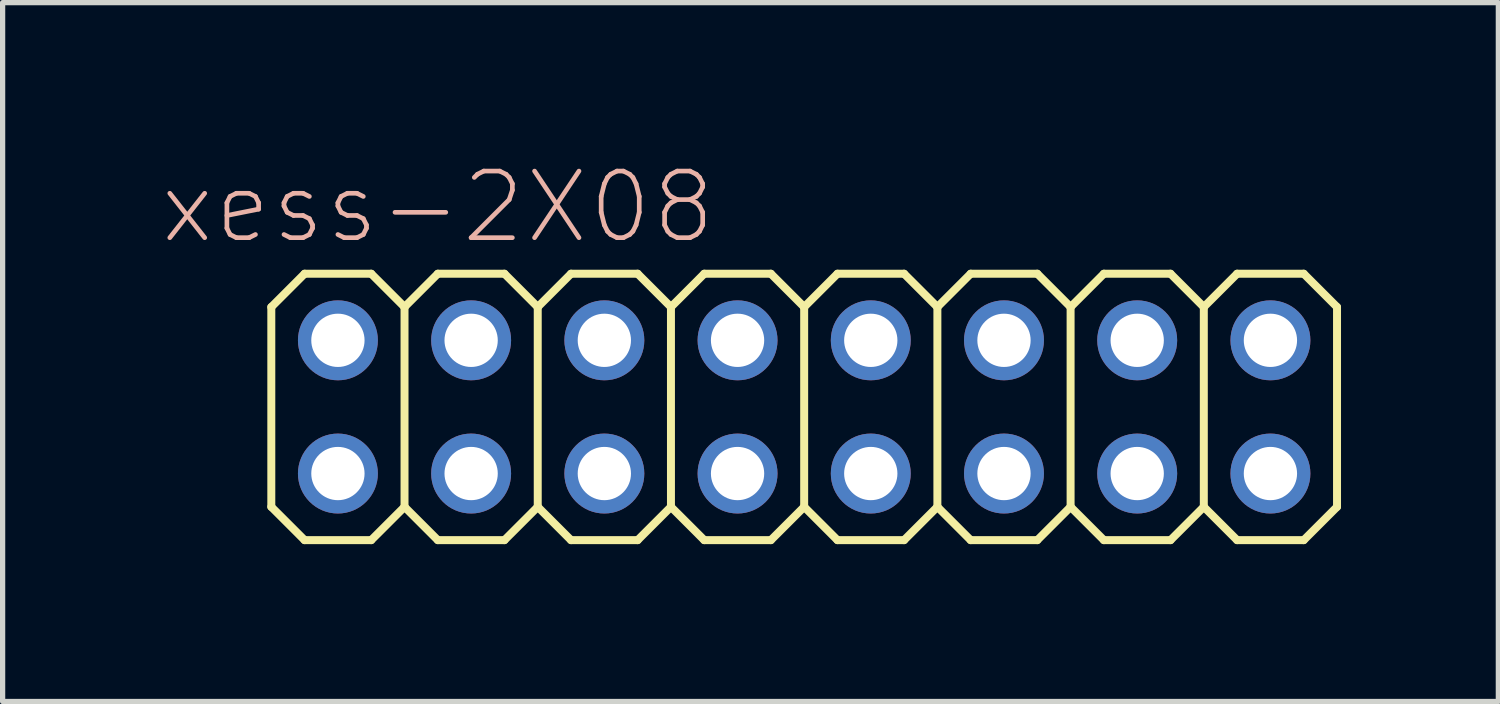
<source format=kicad_pcb>
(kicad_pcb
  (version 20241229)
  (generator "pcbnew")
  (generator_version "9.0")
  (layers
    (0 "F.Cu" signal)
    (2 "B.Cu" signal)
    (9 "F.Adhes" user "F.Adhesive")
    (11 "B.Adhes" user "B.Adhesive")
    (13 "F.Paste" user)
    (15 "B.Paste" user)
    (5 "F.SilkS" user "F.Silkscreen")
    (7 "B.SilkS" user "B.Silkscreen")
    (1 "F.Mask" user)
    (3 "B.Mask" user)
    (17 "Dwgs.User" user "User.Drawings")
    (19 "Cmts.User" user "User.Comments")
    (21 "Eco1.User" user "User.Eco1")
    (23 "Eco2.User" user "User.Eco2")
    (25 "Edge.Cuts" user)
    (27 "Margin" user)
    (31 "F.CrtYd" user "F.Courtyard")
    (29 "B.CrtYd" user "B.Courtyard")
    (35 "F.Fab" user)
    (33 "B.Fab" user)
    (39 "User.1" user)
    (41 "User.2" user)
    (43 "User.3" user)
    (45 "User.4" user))
  (footprint "xess-2X08"
    (layer "F.Cu")
    (at 12.283 4.709)
    (property "Reference" "xess-2X08" (at -6.985 -3.81 0) (layer "B.SilkS") (effects (font (size 1.27 1.27) (thickness 0.089))))
    (attr exclude_from_pos_files exclude_from_bom)
    (fp_line (start -10.16 -1.905) (end -9.525 -2.54) (stroke (width 0.152) (type solid)) (layer "F.SilkS"))
    (fp_line (start -10.16 1.905) (end -10.16 -1.905) (stroke (width 0.152) (type solid)) (layer "F.SilkS"))
    (fp_line (start -10.16 1.905) (end -9.525 2.54) (stroke (width 0.152) (type solid)) (layer "F.SilkS"))
    (fp_line (start -9.525 -2.54) (end -8.255 -2.54) (stroke (width 0.152) (type solid)) (layer "F.SilkS"))
    (fp_line (start -9.525 2.54) (end -8.255 2.54) (stroke (width 0.152) (type solid)) (layer "F.SilkS"))
    (fp_line (start -8.255 -2.54) (end -7.62 -1.905) (stroke (width 0.152) (type solid)) (layer "F.SilkS"))
    (fp_line (start -8.255 2.54) (end -7.62 1.905) (stroke (width 0.152) (type solid)) (layer "F.SilkS"))
    (fp_line (start -7.62 -1.905) (end -7.62 1.905) (stroke (width 0.152) (type solid)) (layer "F.SilkS"))
    (fp_line (start -7.62 -1.905) (end -6.985 -2.54) (stroke (width 0.152) (type solid)) (layer "F.SilkS"))
    (fp_line (start -7.62 1.905) (end -6.985 2.54) (stroke (width 0.152) (type solid)) (layer "F.SilkS"))
    (fp_line (start -6.985 -2.54) (end -5.715 -2.54) (stroke (width 0.152) (type solid)) (layer "F.SilkS"))
    (fp_line (start -6.985 2.54) (end -5.715 2.54) (stroke (width 0.152) (type solid)) (layer "F.SilkS"))
    (fp_line (start -5.715 -2.54) (end -5.08 -1.905) (stroke (width 0.152) (type solid)) (layer "F.SilkS"))
    (fp_line (start -5.715 2.54) (end -5.08 1.905) (stroke (width 0.152) (type solid)) (layer "F.SilkS"))
    (fp_line (start -5.08 -1.905) (end -5.08 1.905) (stroke (width 0.152) (type solid)) (layer "F.SilkS"))
    (fp_line (start -5.08 -1.905) (end -4.445 -2.54) (stroke (width 0.152) (type solid)) (layer "F.SilkS"))
    (fp_line (start -5.08 1.905) (end -4.445 2.54) (stroke (width 0.152) (type solid)) (layer "F.SilkS"))
    (fp_line (start -4.445 -2.54) (end -3.175 -2.54) (stroke (width 0.152) (type solid)) (layer "F.SilkS"))
    (fp_line (start -4.445 2.54) (end -3.175 2.54) (stroke (width 0.152) (type solid)) (layer "F.SilkS"))
    (fp_line (start -3.175 -2.54) (end -2.54 -1.905) (stroke (width 0.152) (type solid)) (layer "F.SilkS"))
    (fp_line (start -3.175 2.54) (end -2.54 1.905) (stroke (width 0.152) (type solid)) (layer "F.SilkS"))
    (fp_line (start -2.54 -1.905) (end -2.54 1.905) (stroke (width 0.152) (type solid)) (layer "F.SilkS"))
    (fp_line (start -2.54 -1.905) (end -1.905 -2.54) (stroke (width 0.152) (type solid)) (layer "F.SilkS"))
    (fp_line (start -2.54 1.905) (end -1.905 2.54) (stroke (width 0.152) (type solid)) (layer "F.SilkS"))
    (fp_line (start -1.905 -2.54) (end -0.635 -2.54) (stroke (width 0.152) (type solid)) (layer "F.SilkS"))
    (fp_line (start -1.905 2.54) (end -0.635 2.54) (stroke (width 0.152) (type solid)) (layer "F.SilkS"))
    (fp_line (start -0.635 -2.54) (end 0 -1.905) (stroke (width 0.152) (type solid)) (layer "F.SilkS"))
    (fp_line (start -0.635 2.54) (end 0 1.905) (stroke (width 0.152) (type solid)) (layer "F.SilkS"))
    (fp_line (start 0 -1.905) (end 0 1.905) (stroke (width 0.152) (type solid)) (layer "F.SilkS"))
    (fp_line (start 0 -1.905) (end 0.635 -2.54) (stroke (width 0.152) (type solid)) (layer "F.SilkS"))
    (fp_line (start 0 1.905) (end 0.635 2.54) (stroke (width 0.152) (type solid)) (layer "F.SilkS"))
    (fp_line (start 0.635 -2.54) (end 1.905 -2.54) (stroke (width 0.152) (type solid)) (layer "F.SilkS"))
    (fp_line (start 0.635 2.54) (end 1.905 2.54) (stroke (width 0.152) (type solid)) (layer "F.SilkS"))
    (fp_line (start 1.905 -2.54) (end 2.54 -1.905) (stroke (width 0.152) (type solid)) (layer "F.SilkS"))
    (fp_line (start 1.905 2.54) (end 2.54 1.905) (stroke (width 0.152) (type solid)) (layer "F.SilkS"))
    (fp_line (start 2.54 -1.905) (end 2.54 1.905) (stroke (width 0.152) (type solid)) (layer "F.SilkS"))
    (fp_line (start 2.54 -1.905) (end 3.175 -2.54) (stroke (width 0.152) (type solid)) (layer "F.SilkS"))
    (fp_line (start 2.54 1.905) (end 3.175 2.54) (stroke (width 0.152) (type solid)) (layer "F.SilkS"))
    (fp_line (start 3.175 -2.54) (end 4.445 -2.54) (stroke (width 0.152) (type solid)) (layer "F.SilkS"))
    (fp_line (start 3.175 2.54) (end 4.445 2.54) (stroke (width 0.152) (type solid)) (layer "F.SilkS"))
    (fp_line (start 4.445 -2.54) (end 5.08 -1.905) (stroke (width 0.152) (type solid)) (layer "F.SilkS"))
    (fp_line (start 4.445 2.54) (end 5.08 1.905) (stroke (width 0.152) (type solid)) (layer "F.SilkS"))
    (fp_line (start 5.08 -1.905) (end 5.08 1.905) (stroke (width 0.152) (type solid)) (layer "F.SilkS"))
    (fp_line (start 5.08 -1.905) (end 5.715 -2.54) (stroke (width 0.152) (type solid)) (layer "F.SilkS"))
    (fp_line (start 5.08 1.905) (end 5.715 2.54) (stroke (width 0.152) (type solid)) (layer "F.SilkS"))
    (fp_line (start 5.715 -2.54) (end 6.985 -2.54) (stroke (width 0.152) (type solid)) (layer "F.SilkS"))
    (fp_line (start 5.715 2.54) (end 6.985 2.54) (stroke (width 0.152) (type solid)) (layer "F.SilkS"))
    (fp_line (start 6.985 -2.54) (end 7.62 -1.905) (stroke (width 0.152) (type solid)) (layer "F.SilkS"))
    (fp_line (start 7.62 -1.905) (end 7.62 1.905) (stroke (width 0.152) (type solid)) (layer "F.SilkS"))
    (fp_line (start 7.62 -1.905) (end 8.255 -2.54) (stroke (width 0.152) (type solid)) (layer "F.SilkS"))
    (fp_line (start 7.62 1.905) (end 6.985 2.54) (stroke (width 0.152) (type solid)) (layer "F.SilkS"))
    (fp_line (start 7.62 1.905) (end 8.255 2.54) (stroke (width 0.152) (type solid)) (layer "F.SilkS"))
    (fp_line (start 8.255 -2.54) (end 9.525 -2.54) (stroke (width 0.152) (type solid)) (layer "F.SilkS"))
    (fp_line (start 8.255 2.54) (end 9.525 2.54) (stroke (width 0.152) (type solid)) (layer "F.SilkS"))
    (fp_line (start 9.525 -2.54) (end 10.16 -1.905) (stroke (width 0.152) (type solid)) (layer "F.SilkS"))
    (fp_line (start 10.16 -1.905) (end 10.16 1.905) (stroke (width 0.152) (type solid)) (layer "F.SilkS"))
    (fp_line (start 10.16 1.905) (end 9.525 2.54) (stroke (width 0.152) (type solid)) (layer "F.SilkS"))
    (fp_line (start -9.144 -1.524) (end -8.636 -1.524) (stroke (width 0.066) (type solid)) (layer "Dwgs.User"))
    (fp_line (start -9.144 -1.016) (end -9.144 -1.524) (stroke (width 0.066) (type solid)) (layer "Dwgs.User"))
    (fp_line (start -9.144 -1.016) (end -8.636 -1.016) (stroke (width 0.066) (type solid)) (layer "Dwgs.User"))
    (fp_line (start -9.144 1.016) (end -8.636 1.016) (stroke (width 0.066) (type solid)) (layer "Dwgs.User"))
    (fp_line (start -9.144 1.524) (end -9.144 1.016) (stroke (width 0.066) (type solid)) (layer "Dwgs.User"))
    (fp_line (start -9.144 1.524) (end -8.636 1.524) (stroke (width 0.066) (type solid)) (layer "Dwgs.User"))
    (fp_line (start -8.636 -1.016) (end -8.636 -1.524) (stroke (width 0.066) (type solid)) (layer "Dwgs.User"))
    (fp_line (start -8.636 1.524) (end -8.636 1.016) (stroke (width 0.066) (type solid)) (layer "Dwgs.User"))
    (fp_line (start -6.604 -1.524) (end -6.096 -1.524) (stroke (width 0.066) (type solid)) (layer "Dwgs.User"))
    (fp_line (start -6.604 -1.016) (end -6.604 -1.524) (stroke (width 0.066) (type solid)) (layer "Dwgs.User"))
    (fp_line (start -6.604 -1.016) (end -6.096 -1.016) (stroke (width 0.066) (type solid)) (layer "Dwgs.User"))
    (fp_line (start -6.604 1.016) (end -6.096 1.016) (stroke (width 0.066) (type solid)) (layer "Dwgs.User"))
    (fp_line (start -6.604 1.524) (end -6.604 1.016) (stroke (width 0.066) (type solid)) (layer "Dwgs.User"))
    (fp_line (start -6.604 1.524) (end -6.096 1.524) (stroke (width 0.066) (type solid)) (layer "Dwgs.User"))
    (fp_line (start -6.096 -1.016) (end -6.096 -1.524) (stroke (width 0.066) (type solid)) (layer "Dwgs.User"))
    (fp_line (start -6.096 1.524) (end -6.096 1.016) (stroke (width 0.066) (type solid)) (layer "Dwgs.User"))
    (fp_line (start -4.064 -1.524) (end -3.556 -1.524) (stroke (width 0.066) (type solid)) (layer "Dwgs.User"))
    (fp_line (start -4.064 -1.016) (end -4.064 -1.524) (stroke (width 0.066) (type solid)) (layer "Dwgs.User"))
    (fp_line (start -4.064 -1.016) (end -3.556 -1.016) (stroke (width 0.066) (type solid)) (layer "Dwgs.User"))
    (fp_line (start -4.064 1.016) (end -3.556 1.016) (stroke (width 0.066) (type solid)) (layer "Dwgs.User"))
    (fp_line (start -4.064 1.524) (end -4.064 1.016) (stroke (width 0.066) (type solid)) (layer "Dwgs.User"))
    (fp_line (start -4.064 1.524) (end -3.556 1.524) (stroke (width 0.066) (type solid)) (layer "Dwgs.User"))
    (fp_line (start -3.556 -1.016) (end -3.556 -1.524) (stroke (width 0.066) (type solid)) (layer "Dwgs.User"))
    (fp_line (start -3.556 1.524) (end -3.556 1.016) (stroke (width 0.066) (type solid)) (layer "Dwgs.User"))
    (fp_line (start -1.524 -1.524) (end -1.016 -1.524) (stroke (width 0.066) (type solid)) (layer "Dwgs.User"))
    (fp_line (start -1.524 -1.016) (end -1.524 -1.524) (stroke (width 0.066) (type solid)) (layer "Dwgs.User"))
    (fp_line (start -1.524 -1.016) (end -1.016 -1.016) (stroke (width 0.066) (type solid)) (layer "Dwgs.User"))
    (fp_line (start -1.524 1.016) (end -1.016 1.016) (stroke (width 0.066) (type solid)) (layer "Dwgs.User"))
    (fp_line (start -1.524 1.524) (end -1.524 1.016) (stroke (width 0.066) (type solid)) (layer "Dwgs.User"))
    (fp_line (start -1.524 1.524) (end -1.016 1.524) (stroke (width 0.066) (type solid)) (layer "Dwgs.User"))
    (fp_line (start -1.016 -1.016) (end -1.016 -1.524) (stroke (width 0.066) (type solid)) (layer "Dwgs.User"))
    (fp_line (start -1.016 1.524) (end -1.016 1.016) (stroke (width 0.066) (type solid)) (layer "Dwgs.User"))
    (fp_line (start 1.016 -1.524) (end 1.524 -1.524) (stroke (width 0.066) (type solid)) (layer "Dwgs.User"))
    (fp_line (start 1.016 -1.016) (end 1.016 -1.524) (stroke (width 0.066) (type solid)) (layer "Dwgs.User"))
    (fp_line (start 1.016 -1.016) (end 1.524 -1.016) (stroke (width 0.066) (type solid)) (layer "Dwgs.User"))
    (fp_line (start 1.016 1.016) (end 1.524 1.016) (stroke (width 0.066) (type solid)) (layer "Dwgs.User"))
    (fp_line (start 1.016 1.524) (end 1.016 1.016) (stroke (width 0.066) (type solid)) (layer "Dwgs.User"))
    (fp_line (start 1.016 1.524) (end 1.524 1.524) (stroke (width 0.066) (type solid)) (layer "Dwgs.User"))
    (fp_line (start 1.524 -1.016) (end 1.524 -1.524) (stroke (width 0.066) (type solid)) (layer "Dwgs.User"))
    (fp_line (start 1.524 1.524) (end 1.524 1.016) (stroke (width 0.066) (type solid)) (layer "Dwgs.User"))
    (fp_line (start 3.556 -1.524) (end 4.064 -1.524) (stroke (width 0.066) (type solid)) (layer "Dwgs.User"))
    (fp_line (start 3.556 -1.016) (end 3.556 -1.524) (stroke (width 0.066) (type solid)) (layer "Dwgs.User"))
    (fp_line (start 3.556 -1.016) (end 4.064 -1.016) (stroke (width 0.066) (type solid)) (layer "Dwgs.User"))
    (fp_line (start 3.556 1.016) (end 4.064 1.016) (stroke (width 0.066) (type solid)) (layer "Dwgs.User"))
    (fp_line (start 3.556 1.524) (end 3.556 1.016) (stroke (width 0.066) (type solid)) (layer "Dwgs.User"))
    (fp_line (start 3.556 1.524) (end 4.064 1.524) (stroke (width 0.066) (type solid)) (layer "Dwgs.User"))
    (fp_line (start 4.064 -1.016) (end 4.064 -1.524) (stroke (width 0.066) (type solid)) (layer "Dwgs.User"))
    (fp_line (start 4.064 1.524) (end 4.064 1.016) (stroke (width 0.066) (type solid)) (layer "Dwgs.User"))
    (fp_line (start 6.096 -1.524) (end 6.604 -1.524) (stroke (width 0.066) (type solid)) (layer "Dwgs.User"))
    (fp_line (start 6.096 -1.016) (end 6.096 -1.524) (stroke (width 0.066) (type solid)) (layer "Dwgs.User"))
    (fp_line (start 6.096 -1.016) (end 6.604 -1.016) (stroke (width 0.066) (type solid)) (layer "Dwgs.User"))
    (fp_line (start 6.096 1.016) (end 6.604 1.016) (stroke (width 0.066) (type solid)) (layer "Dwgs.User"))
    (fp_line (start 6.096 1.524) (end 6.096 1.016) (stroke (width 0.066) (type solid)) (layer "Dwgs.User"))
    (fp_line (start 6.096 1.524) (end 6.604 1.524) (stroke (width 0.066) (type solid)) (layer "Dwgs.User"))
    (fp_line (start 6.604 -1.016) (end 6.604 -1.524) (stroke (width 0.066) (type solid)) (layer "Dwgs.User"))
    (fp_line (start 6.604 1.524) (end 6.604 1.016) (stroke (width 0.066) (type solid)) (layer "Dwgs.User"))
    (fp_line (start 8.636 -1.524) (end 9.144 -1.524) (stroke (width 0.066) (type solid)) (layer "Dwgs.User"))
    (fp_line (start 8.636 -1.016) (end 8.636 -1.524) (stroke (width 0.066) (type solid)) (layer "Dwgs.User"))
    (fp_line (start 8.636 -1.016) (end 9.144 -1.016) (stroke (width 0.066) (type solid)) (layer "Dwgs.User"))
    (fp_line (start 8.636 1.016) (end 9.144 1.016) (stroke (width 0.066) (type solid)) (layer "Dwgs.User"))
    (fp_line (start 8.636 1.524) (end 8.636 1.016) (stroke (width 0.066) (type solid)) (layer "Dwgs.User"))
    (fp_line (start 8.636 1.524) (end 9.144 1.524) (stroke (width 0.066) (type solid)) (layer "Dwgs.User"))
    (fp_line (start 9.144 -1.016) (end 9.144 -1.524) (stroke (width 0.066) (type solid)) (layer "Dwgs.User"))
    (fp_line (start 9.144 1.524) (end 9.144 1.016) (stroke (width 0.066) (type solid)) (layer "Dwgs.User"))
    (pad "1" thru_hole circle (at -8.89 1.27) (size 1.524 1.524) (drill 1.016) (layers "*.Cu" "*.Mask"))
    (pad "2" thru_hole circle (at -8.89 -1.27) (size 1.524 1.524) (drill 1.016) (layers "*.Cu" "*.Mask"))
    (pad "3" thru_hole circle (at -6.35 1.27) (size 1.524 1.524) (drill 1.016) (layers "*.Cu" "*.Mask"))
    (pad "4" thru_hole circle (at -6.35 -1.27) (size 1.524 1.524) (drill 1.016) (layers "*.Cu" "*.Mask"))
    (pad "5" thru_hole circle (at -3.81 1.27) (size 1.524 1.524) (drill 1.016) (layers "*.Cu" "*.Mask"))
    (pad "6" thru_hole circle (at -3.81 -1.27) (size 1.524 1.524) (drill 1.016) (layers "*.Cu" "*.Mask"))
    (pad "7" thru_hole circle (at -1.27 1.27) (size 1.524 1.524) (drill 1.016) (layers "*.Cu" "*.Mask"))
    (pad "8" thru_hole circle (at -1.27 -1.27) (size 1.524 1.524) (drill 1.016) (layers "*.Cu" "*.Mask"))
    (pad "9" thru_hole circle (at 1.27 1.27) (size 1.524 1.524) (drill 1.016) (layers "*.Cu" "*.Mask"))
    (pad "10" thru_hole circle (at 1.27 -1.27) (size 1.524 1.524) (drill 1.016) (layers "*.Cu" "*.Mask"))
    (pad "11" thru_hole circle (at 3.81 1.27) (size 1.524 1.524) (drill 1.016) (layers "*.Cu" "*.Mask"))
    (pad "12" thru_hole circle (at 3.81 -1.27) (size 1.524 1.524) (drill 1.016) (layers "*.Cu" "*.Mask"))
    (pad "13" thru_hole circle (at 6.35 1.27) (size 1.524 1.524) (drill 1.016) (layers "*.Cu" "*.Mask"))
    (pad "14" thru_hole circle (at 6.35 -1.27) (size 1.524 1.524) (drill 1.016) (layers "*.Cu" "*.Mask"))
    (pad "15" thru_hole circle (at 8.89 1.27) (size 1.524 1.524) (drill 1.016) (layers "*.Cu" "*.Mask"))
    (pad "16" thru_hole circle (at 8.89 -1.27) (size 1.524 1.524) (drill 1.016) (layers "*.Cu" "*.Mask")))
  (gr_rect
    (start -3 -3)
    (end 25.519 10.325)
    (stroke (width 0.1) (type default))
    (fill no)
    (layer "Edge.Cuts")))
</source>
